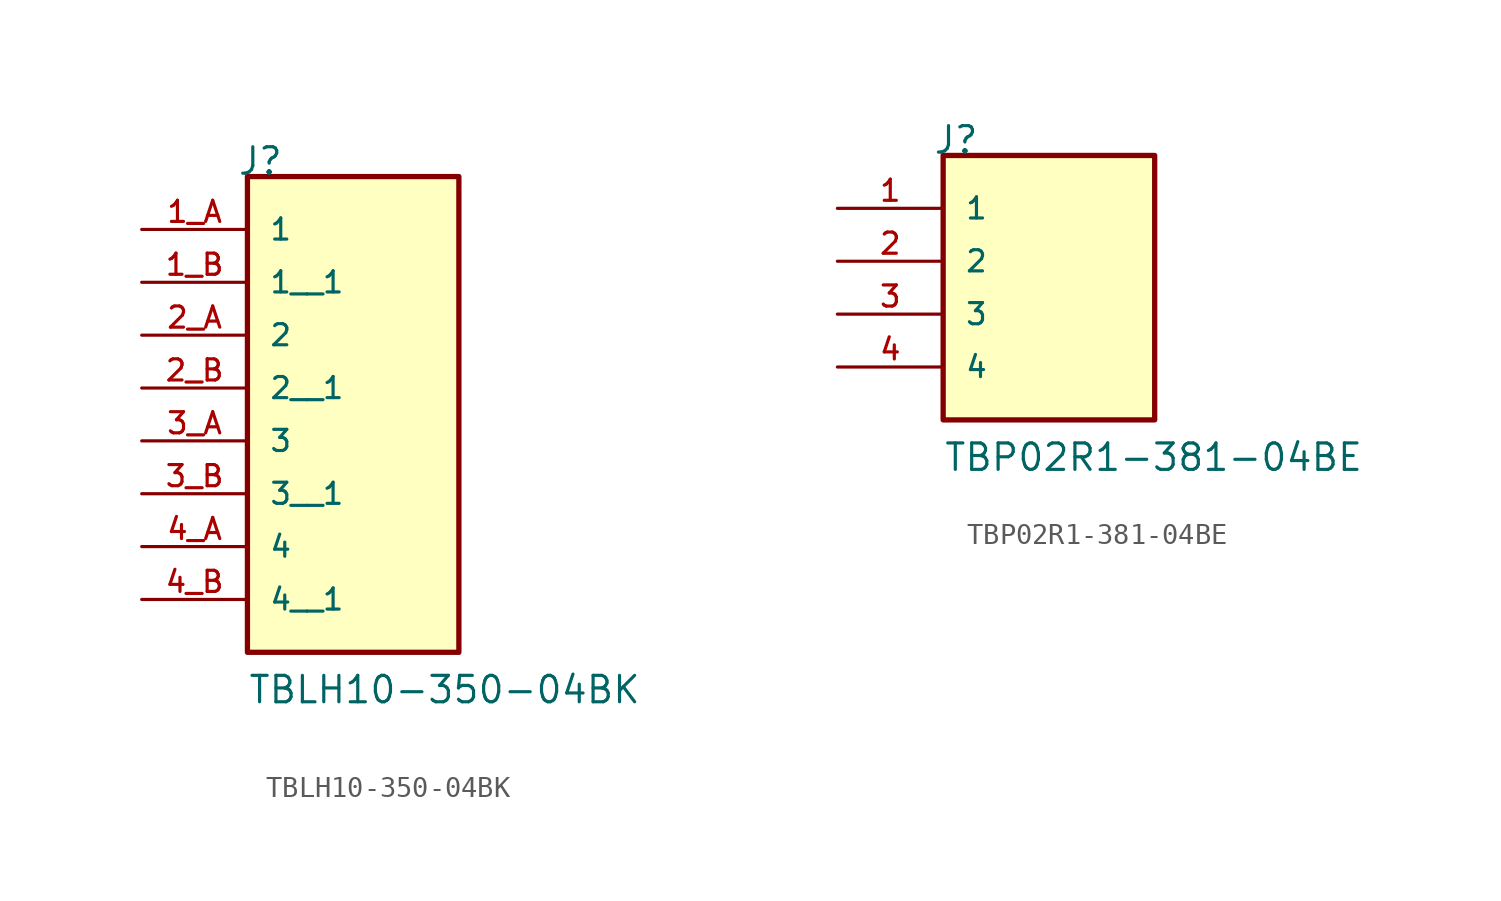
<source format=kicad_sym>
(kicad_symbol_lib
  (version 20231120)
  (generator "kicad_symbol_editor")
  (generator_version "8.0")
  (symbol "TBLH10-350-04BK"
    (pin_names
      (offset 1.016))
    (property "Reference" "J"
      (at -5.588 7.62 0)
      (effects (font (size 1.27 1.27)) (justify left bottom)))
    (property "Value" "TBLH10-350-04BK"
      (at -5.08 -17.78 0)
      (effects (font (size 1.27 1.27)) (justify left bottom)))
    (property "ki_locked" ""
      (at 0 0 0)
      (effects (font (size 1.27 1.27))))
    (symbol "TBLH10-350-04BK_0_0"
      (rectangle (start -5.08 -15.24) (end 5.08 7.62) (stroke (width 0.254) (type solid)) (fill (type background)))
      (pin passive line (at -10.16 5.08 0) (length 5.08) (name "1" (effects (font (size 1.016 1.016)))) (number "1_A" (effects (font (size 1.016 1.016)))))
      (pin passive line (at -10.16 2.54 0) (length 5.08) (name "1__1" (effects (font (size 1.016 1.016)))) (number "1_B" (effects (font (size 1.016 1.016)))))
      (pin passive line (at -10.16 0 0) (length 5.08) (name "2" (effects (font (size 1.016 1.016)))) (number "2_A" (effects (font (size 1.016 1.016)))))
      (pin passive line (at -10.16 -2.54 0) (length 5.08) (name "2__1" (effects (font (size 1.016 1.016)))) (number "2_B" (effects (font (size 1.016 1.016)))))
      (pin passive line (at -10.16 -5.08 0) (length 5.08) (name "3" (effects (font (size 1.016 1.016)))) (number "3_A" (effects (font (size 1.016 1.016)))))
      (pin passive line (at -10.16 -7.62 0) (length 5.08) (name "3__1" (effects (font (size 1.016 1.016)))) (number "3_B" (effects (font (size 1.016 1.016)))))
      (pin passive line (at -10.16 -10.16 0) (length 5.08) (name "4" (effects (font (size 1.016 1.016)))) (number "4_A" (effects (font (size 1.016 1.016)))))
      (pin passive line (at -10.16 -12.7 0) (length 5.08) (name "4__1" (effects (font (size 1.016 1.016)))) (number "4_B" (effects (font (size 1.016 1.016)))))))
  (symbol "TBP02R1-381-04BE"
    (pin_names
      (offset 1.016))
    (property "Reference" "J"
      (at -5.588 7.62 0)
      (effects (font (size 1.27 1.27)) (justify left bottom)))
    (property "Value" "TBP02R1-381-04BE"
      (at -5.08 -7.62 0)
      (effects (font (size 1.27 1.27)) (justify left bottom)))
    (property "ki_locked" ""
      (at 0 0 0)
      (effects (font (size 1.27 1.27))))
    (symbol "TBP02R1-381-04BE_0_0"
      (rectangle (start -5.08 -5.08) (end 5.08 7.62) (stroke (width 0.254) (type solid)) (fill (type background)))
      (pin passive line (at -10.16 5.08 0) (length 5.08) (name "1" (effects (font (size 1.016 1.016)))) (number "1" (effects (font (size 1.016 1.016)))))
      (pin passive line (at -10.16 2.54 0) (length 5.08) (name "2" (effects (font (size 1.016 1.016)))) (number "2" (effects (font (size 1.016 1.016)))))
      (pin passive line (at -10.16 0 0) (length 5.08) (name "3" (effects (font (size 1.016 1.016)))) (number "3" (effects (font (size 1.016 1.016)))))
      (pin passive line (at -10.16 -2.54 0) (length 5.08) (name "4" (effects (font (size 1.016 1.016)))) (number "4" (effects (font (size 1.016 1.016))))))))
</source>
